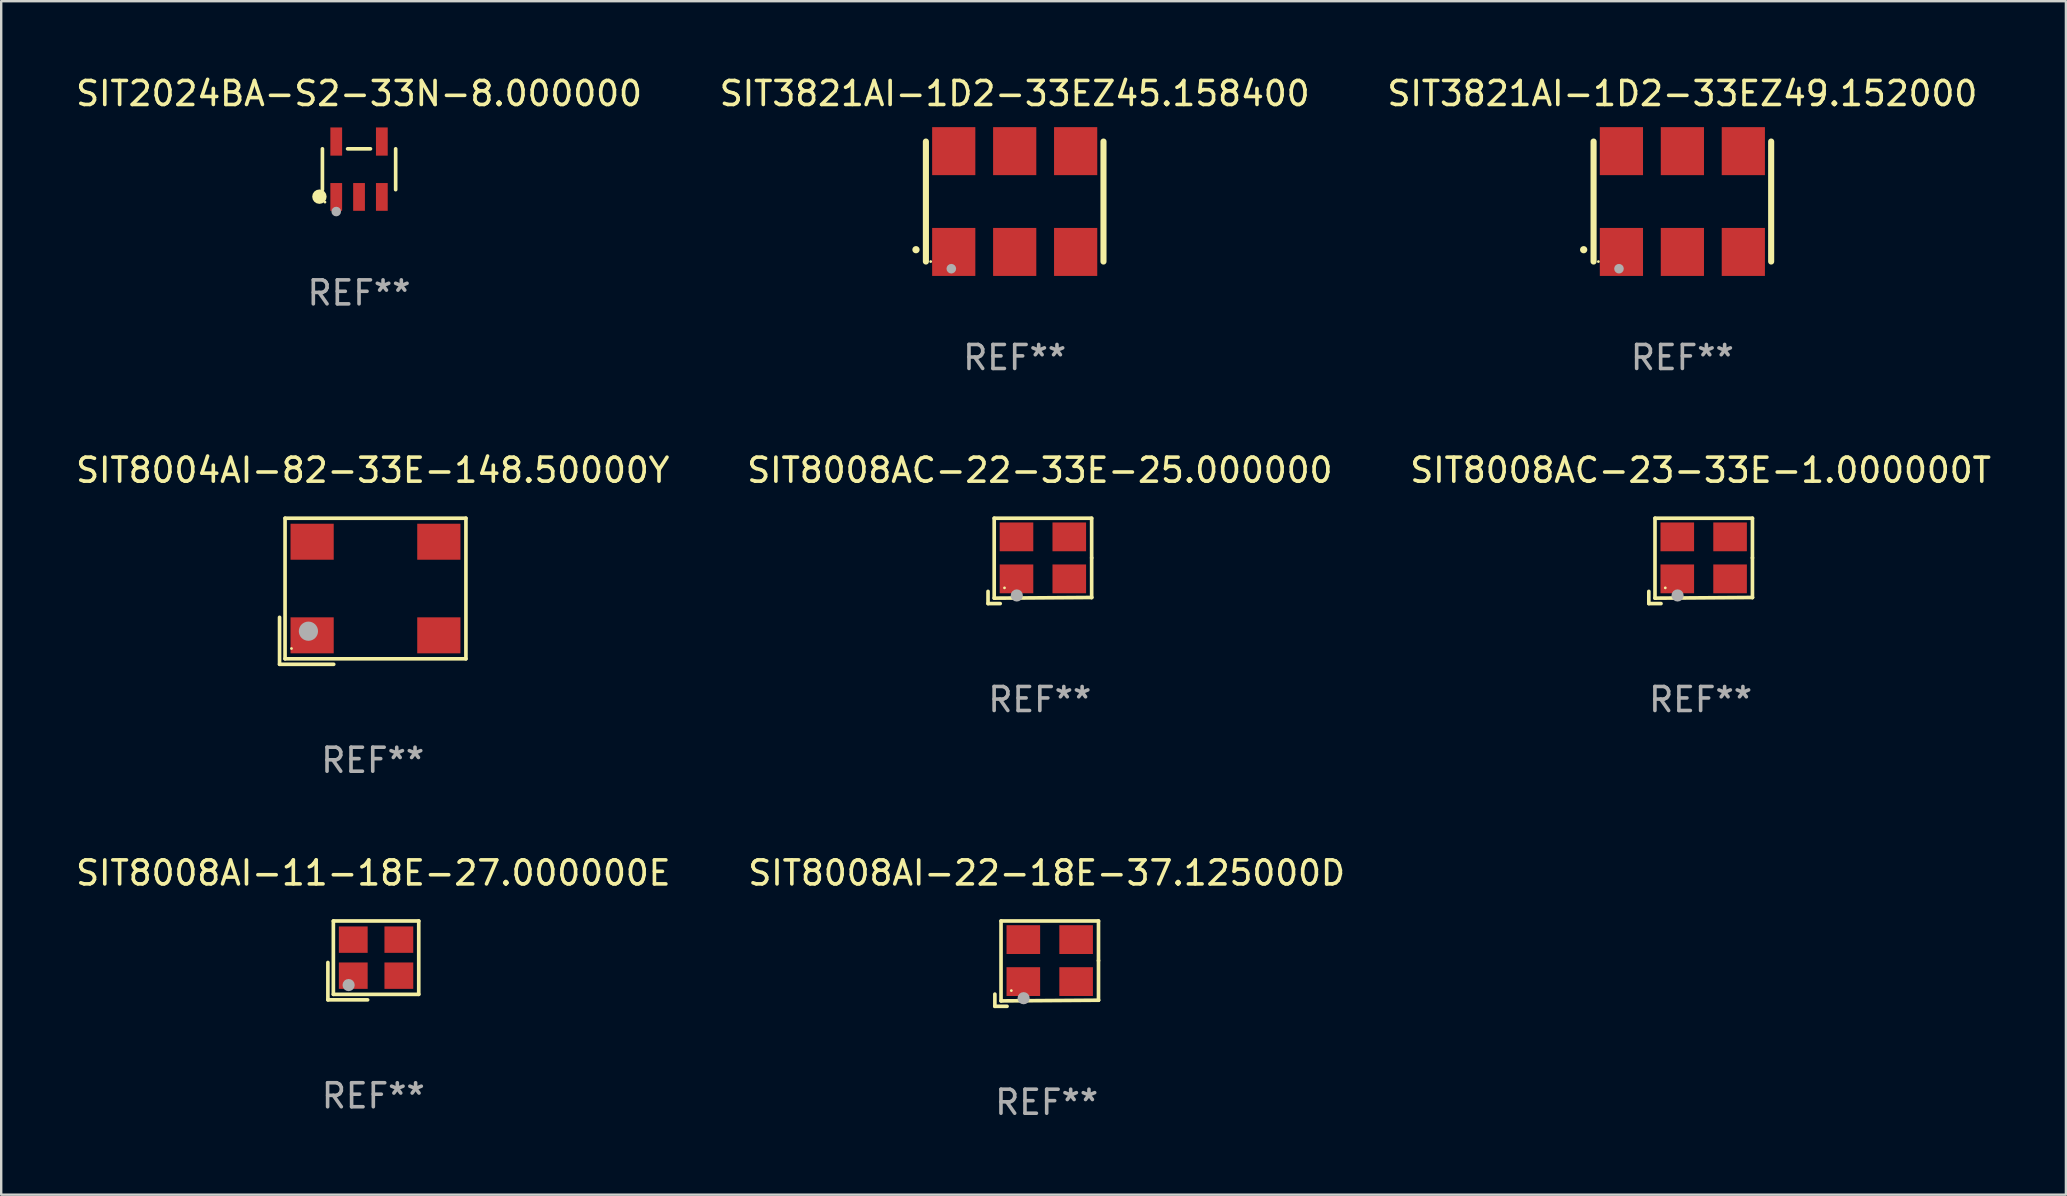
<source format=kicad_pcb>
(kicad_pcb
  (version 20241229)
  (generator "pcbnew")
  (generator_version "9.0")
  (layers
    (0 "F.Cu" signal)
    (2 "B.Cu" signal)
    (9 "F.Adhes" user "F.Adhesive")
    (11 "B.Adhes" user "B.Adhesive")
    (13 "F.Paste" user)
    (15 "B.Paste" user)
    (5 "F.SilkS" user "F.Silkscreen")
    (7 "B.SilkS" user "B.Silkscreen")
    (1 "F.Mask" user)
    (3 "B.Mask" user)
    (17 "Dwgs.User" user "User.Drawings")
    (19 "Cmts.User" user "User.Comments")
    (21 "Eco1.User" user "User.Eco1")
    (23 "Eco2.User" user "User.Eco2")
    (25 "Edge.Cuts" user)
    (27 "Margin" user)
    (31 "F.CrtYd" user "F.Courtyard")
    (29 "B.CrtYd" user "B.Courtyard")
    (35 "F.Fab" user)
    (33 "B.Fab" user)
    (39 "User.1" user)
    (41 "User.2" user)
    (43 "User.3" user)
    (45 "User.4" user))
  (footprint "SIT2024BA-S2-33N-8.000000"
    (layer "F.Cu")
    (at 11.911 4.002)
    (property "Reference" "SIT2024BA-S2-33N-8.000000" (at 0 -3.154 0) (layer "F.SilkS") (effects (font (size 1 1) (thickness 0.15))))
    (attr through_hole)
    (fp_line (start -1.526 0.851) (end -1.526 -0.851) (stroke (width 0.152) (type solid)) (layer "F.SilkS"))
    (fp_line (start 0.476 -0.851) (end -0.476 -0.851) (stroke (width 0.152) (type solid)) (layer "F.SilkS"))
    (fp_line (start 1.526 0.851) (end 1.526 -0.851) (stroke (width 0.152) (type solid)) (layer "F.SilkS"))
    (fp_circle (center -1.651 1.143) (end -1.501 1.143) (stroke (width 0.3) (type solid)) (fill no) (layer "F.SilkS"))
    (fp_circle (center -1.42 1.37) (end -1.39 1.37) (stroke (width 0.06) (type solid)) (fill no) (layer "F.SilkS"))
    (fp_circle (center -0.95 1.763) (end -0.85 1.763) (stroke (width 0.2) (type solid)) (fill no) (layer "F.Fab"))
    (fp_text user "REF**" (at 0 5.154 0) (layer "F.Fab") (effects (font (size 1 1) (thickness 0.15))))
    (pad "1" smd rect (at -0.95 1.154) (size 0.49 1.157) (layers "F.Cu" "F.Mask" "F.Paste"))
    (pad "2" smd rect (at 0 1.154) (size 0.49 1.157) (layers "F.Cu" "F.Mask" "F.Paste"))
    (pad "3" smd rect (at 0.95 1.154) (size 0.49 1.157) (layers "F.Cu" "F.Mask" "F.Paste"))
    (pad "4" smd rect (at 0.95 -1.154) (size 0.49 1.175) (layers "F.Cu" "F.Mask" "F.Paste"))
    (pad "5" smd rect (at -0.95 -1.154) (size 0.49 1.175) (layers "F.Cu" "F.Mask" "F.Paste")))
  (footprint "SIT8004AI-82-33E-148.50000Y"
    (layer "F.Cu")
    (at 12.482 21.588)
    (property "Reference" "SIT8004AI-82-33E-148.50000Y" (at 0 -5.043 0) (layer "F.SilkS") (effects (font (size 1 1) (thickness 0.15))))
    (attr through_hole)
    (fp_line (start -3.883 1.086) (end -3.883 3.043) (stroke (width 0.152) (type solid)) (layer "F.SilkS"))
    (fp_line (start -3.883 3.043) (end -1.626 3.043) (stroke (width 0.152) (type solid)) (layer "F.SilkS"))
    (fp_line (start -3.654 -3.043) (end 3.883 -3.043) (stroke (width 0.152) (type solid)) (layer "F.SilkS"))
    (fp_line (start -3.654 2.814) (end -3.654 -3.043) (stroke (width 0.152) (type solid)) (layer "F.SilkS"))
    (fp_line (start 3.883 -3.043) (end 3.883 2.814) (stroke (width 0.152) (type solid)) (layer "F.SilkS"))
    (fp_line (start 3.883 2.814) (end -3.654 2.814) (stroke (width 0.152) (type solid)) (layer "F.SilkS"))
    (fp_circle (center -3.386 2.386) (end -3.356 2.386) (stroke (width 0.06) (type solid)) (fill no) (layer "F.SilkS"))
    (fp_circle (center -2.68 1.664) (end -2.48 1.664) (stroke (width 0.4) (type solid)) (fill no) (layer "F.Fab"))
    (fp_text user "REF**" (at 0 7.043 0) (layer "F.Fab") (effects (font (size 1 1) (thickness 0.15))))
    (pad "1" smd rect (at -2.526 1.836) (size 1.8 1.5) (layers "F.Cu" "F.Mask" "F.Paste"))
    (pad "2" smd rect (at 2.754 1.836) (size 1.8 1.5) (layers "F.Cu" "F.Mask" "F.Paste"))
    (pad "3" smd rect (at 2.754 -2.064) (size 1.8 1.5) (layers "F.Cu" "F.Mask" "F.Paste"))
    (pad "4" smd rect (at -2.526 -2.064) (size 1.8 1.5) (layers "F.Cu" "F.Mask" "F.Paste")))
  (footprint "SIT8008AC-23-33E-1.000000T"
    (layer "F.Cu")
    (at 67.815 20.323)
    (property "Reference" "SIT8008AC-23-33E-1.000000T" (at 0 -3.778 0) (layer "F.SilkS") (effects (font (size 1 1) (thickness 0.15))))
    (attr through_hole)
    (fp_line (start -2.159 1.27) (end -2.159 1.778) (stroke (width 0.152) (type solid)) (layer "F.SilkS"))
    (fp_line (start -2.159 1.778) (end -1.651 1.778) (stroke (width 0.152) (type solid)) (layer "F.SilkS"))
    (fp_line (start -1.902 -1.778) (end 2.159 -1.778) (stroke (width 0.152) (type solid)) (layer "F.SilkS"))
    (fp_line (start -1.902 1.552) (end -1.902 -1.778) (stroke (width 0.152) (type solid)) (layer "F.SilkS"))
    (fp_line (start 2.159 -1.778) (end 2.159 -0.127) (stroke (width 0.152) (type solid)) (layer "F.SilkS"))
    (fp_line (start 2.159 -0.127) (end 2.159 1.524) (stroke (width 0.152) (type solid)) (layer "F.SilkS"))
    (fp_line (start 2.159 1.524) (end -1.902 1.552) (stroke (width 0.152) (type solid)) (layer "F.SilkS"))
    (fp_line (start 2.159 1.524) (end 2.159 1.524) (stroke (width 0.152) (type solid)) (layer "F.SilkS"))
    (fp_circle (center -1.473 1.123) (end -1.443 1.123) (stroke (width 0.06) (type solid)) (fill no) (layer "F.SilkS"))
    (fp_circle (center -0.961 1.44) (end -0.834 1.44) (stroke (width 0.254) (type solid)) (fill no) (layer "F.Fab"))
    (fp_text user "REF**" (at 0 5.778 0) (layer "F.Fab") (effects (font (size 1 1) (thickness 0.15))))
    (pad "1" smd rect (at -0.973 0.748) (size 1.4 1.2) (layers "F.Cu" "F.Mask" "F.Paste"))
    (pad "2" smd rect (at 1.227 0.748) (size 1.4 1.2) (layers "F.Cu" "F.Mask" "F.Paste"))
    (pad "3" smd rect (at 1.227 -1.002) (size 1.4 1.2) (layers "F.Cu" "F.Mask" "F.Paste"))
    (pad "4" smd rect (at -0.973 -1.002) (size 1.4 1.2) (layers "F.Cu" "F.Mask" "F.Paste")))
  (footprint "SIT8008AI-11-18E-27.000000E"
    (layer "F.Cu")
    (at 12.506 36.97)
    (property "Reference" "SIT8008AI-11-18E-27.000000E" (at 0 -3.643 0) (layer "F.SilkS") (effects (font (size 1 1) (thickness 0.15))))
    (attr through_hole)
    (fp_line (start -1.893 0.086) (end -1.893 1.643) (stroke (width 0.152) (type solid)) (layer "F.SilkS"))
    (fp_line (start -1.893 1.643) (end -0.237 1.643) (stroke (width 0.152) (type solid)) (layer "F.SilkS"))
    (fp_line (start -1.665 -1.643) (end 1.893 -1.643) (stroke (width 0.152) (type solid)) (layer "F.SilkS"))
    (fp_line (start -1.665 1.414) (end -1.665 -1.643) (stroke (width 0.152) (type solid)) (layer "F.SilkS"))
    (fp_line (start 1.893 -1.643) (end 1.893 1.414) (stroke (width 0.152) (type solid)) (layer "F.SilkS"))
    (fp_line (start 1.893 1.414) (end -1.665 1.414) (stroke (width 0.152) (type solid)) (layer "F.SilkS"))
    (fp_circle (center -1.136 0.885) (end -1.106 0.885) (stroke (width 0.06) (type solid)) (fill no) (layer "F.SilkS"))
    (fp_circle (center -1.029 1.028) (end -0.902 1.028) (stroke (width 0.254) (type solid)) (fill no) (layer "F.Fab"))
    (fp_text user "REF**" (at 0 5.643 0) (layer "F.Fab") (effects (font (size 1 1) (thickness 0.15))))
    (pad "1" smd rect (at -0.836 0.636) (size 1.2 1.1) (layers "F.Cu" "F.Mask" "F.Paste"))
    (pad "2" smd rect (at 1.064 0.636) (size 1.2 1.1) (layers "F.Cu" "F.Mask" "F.Paste"))
    (pad "3" smd rect (at 1.064 -0.865) (size 1.2 1.1) (layers "F.Cu" "F.Mask" "F.Paste"))
    (pad "4" smd rect (at -0.836 -0.865) (size 1.2 1.1) (layers "F.Cu" "F.Mask" "F.Paste")))
  (footprint "SIT8008AI-22-18E-37.125000D"
    (layer "F.Cu")
    (at 40.565 37.105)
    (property "Reference" "SIT8008AI-22-18E-37.125000D" (at 0 -3.778 0) (layer "F.SilkS") (effects (font (size 1 1) (thickness 0.15))))
    (attr through_hole)
    (fp_line (start -2.159 1.27) (end -2.159 1.778) (stroke (width 0.152) (type solid)) (layer "F.SilkS"))
    (fp_line (start -2.159 1.778) (end -1.651 1.778) (stroke (width 0.152) (type solid)) (layer "F.SilkS"))
    (fp_line (start -1.902 -1.778) (end 2.159 -1.778) (stroke (width 0.152) (type solid)) (layer "F.SilkS"))
    (fp_line (start -1.902 1.552) (end -1.902 -1.778) (stroke (width 0.152) (type solid)) (layer "F.SilkS"))
    (fp_line (start 2.159 -1.778) (end 2.159 -0.127) (stroke (width 0.152) (type solid)) (layer "F.SilkS"))
    (fp_line (start 2.159 -0.127) (end 2.159 1.524) (stroke (width 0.152) (type solid)) (layer "F.SilkS"))
    (fp_line (start 2.159 1.524) (end -1.902 1.552) (stroke (width 0.152) (type solid)) (layer "F.SilkS"))
    (fp_line (start 2.159 1.524) (end 2.159 1.524) (stroke (width 0.152) (type solid)) (layer "F.SilkS"))
    (fp_circle (center -1.473 1.123) (end -1.443 1.123) (stroke (width 0.06) (type solid)) (fill no) (layer "F.SilkS"))
    (fp_circle (center -0.961 1.44) (end -0.834 1.44) (stroke (width 0.254) (type solid)) (fill no) (layer "F.Fab"))
    (fp_text user "REF**" (at 0 5.778 0) (layer "F.Fab") (effects (font (size 1 1) (thickness 0.15))))
    (pad "1" smd rect (at -0.973 0.748) (size 1.4 1.2) (layers "F.Cu" "F.Mask" "F.Paste"))
    (pad "2" smd rect (at 1.227 0.748) (size 1.4 1.2) (layers "F.Cu" "F.Mask" "F.Paste"))
    (pad "3" smd rect (at 1.227 -1.002) (size 1.4 1.2) (layers "F.Cu" "F.Mask" "F.Paste"))
    (pad "4" smd rect (at -0.973 -1.002) (size 1.4 1.2) (layers "F.Cu" "F.Mask" "F.Paste")))
  (footprint "SIT3821AI-1D2-33EZ45.158400"
    (layer "F.Cu")
    (at 39.232 5.348)
    (property "Reference" "SIT3821AI-1D2-33EZ45.158400" (at 0 -4.5 0) (layer "F.SilkS") (effects (font (size 1 1) (thickness 0.15))))
    (attr through_hole)
    (fp_line (start -3.7 -2.5) (end -3.7 2.5) (stroke (width 0.254) (type solid)) (layer "F.SilkS"))
    (fp_line (start 3.7 -2.5) (end 3.7 2.5) (stroke (width 0.254) (type solid)) (layer "F.SilkS"))
    (fp_arc (start -4.114415 2.006604) (mid -4.113145 2.006599) (end -4.111875 2.006604) (stroke (width 0.3) (type solid)) (layer "F.SilkS"))
    (fp_circle (center -3.5 2.501) (end -3.47 2.501) (stroke (width 0.06) (type solid)) (fill no) (layer "F.SilkS"))
    (fp_circle (center -2.641 2.799) (end -2.541 2.799) (stroke (width 0.2) (type solid)) (fill no) (layer "F.Fab"))
    (fp_text user "REF**" (at 0 6.5 0) (layer "F.Fab") (effects (font (size 1 1) (thickness 0.15))))
    (pad "1" smd rect (at -2.54 2.1) (size 1.8 2) (layers "F.Cu" "F.Mask" "F.Paste"))
    (pad "2" smd rect (at 0.000394 2.1) (size 1.8 2) (layers "F.Cu" "F.Mask" "F.Paste"))
    (pad "3" smd rect (at 2.54 2.1) (size 1.8 2) (layers "F.Cu" "F.Mask" "F.Paste"))
    (pad "4" smd rect (at 2.54 -2.1) (size 1.8 2) (layers "F.Cu" "F.Mask" "F.Paste"))
    (pad "5" smd rect (at 0.000394 -2.1) (size 1.8 2) (layers "F.Cu" "F.Mask" "F.Paste"))
    (pad "6" smd rect (at -2.54 -2.1) (size 1.8 2) (layers "F.Cu" "F.Mask" "F.Paste")))
  (footprint "SIT3821AI-1D2-33EZ49.152000"
    (layer "F.Cu")
    (at 67.054 5.348)
    (property "Reference" "SIT3821AI-1D2-33EZ49.152000" (at 0 -4.5 0) (layer "F.SilkS") (effects (font (size 1 1) (thickness 0.15))))
    (attr through_hole)
    (fp_line (start -3.7 -2.5) (end -3.7 2.5) (stroke (width 0.254) (type solid)) (layer "F.SilkS"))
    (fp_line (start 3.7 -2.5) (end 3.7 2.5) (stroke (width 0.254) (type solid)) (layer "F.SilkS"))
    (fp_arc (start -4.114415 2.006604) (mid -4.113145 2.006599) (end -4.111875 2.006604) (stroke (width 0.3) (type solid)) (layer "F.SilkS"))
    (fp_circle (center -3.5 2.501) (end -3.47 2.501) (stroke (width 0.06) (type solid)) (fill no) (layer "F.SilkS"))
    (fp_circle (center -2.641 2.799) (end -2.541 2.799) (stroke (width 0.2) (type solid)) (fill no) (layer "F.Fab"))
    (fp_text user "REF**" (at 0 6.5 0) (layer "F.Fab") (effects (font (size 1 1) (thickness 0.15))))
    (pad "1" smd rect (at -2.54 2.1) (size 1.8 2) (layers "F.Cu" "F.Mask" "F.Paste"))
    (pad "2" smd rect (at 0.000394 2.1) (size 1.8 2) (layers "F.Cu" "F.Mask" "F.Paste"))
    (pad "3" smd rect (at 2.54 2.1) (size 1.8 2) (layers "F.Cu" "F.Mask" "F.Paste"))
    (pad "4" smd rect (at 2.54 -2.1) (size 1.8 2) (layers "F.Cu" "F.Mask" "F.Paste"))
    (pad "5" smd rect (at 0.000394 -2.1) (size 1.8 2) (layers "F.Cu" "F.Mask" "F.Paste"))
    (pad "6" smd rect (at -2.54 -2.1) (size 1.8 2) (layers "F.Cu" "F.Mask" "F.Paste")))
  (footprint "SIT8008AC-22-33E-25.000000"
    (layer "F.Cu")
    (at 40.28 20.323)
    (property "Reference" "SIT8008AC-22-33E-25.000000" (at 0 -3.778 0) (layer "F.SilkS") (effects (font (size 1 1) (thickness 0.15))))
    (attr through_hole)
    (fp_line (start -2.159 1.27) (end -2.159 1.778) (stroke (width 0.152) (type solid)) (layer "F.SilkS"))
    (fp_line (start -2.159 1.778) (end -1.651 1.778) (stroke (width 0.152) (type solid)) (layer "F.SilkS"))
    (fp_line (start -1.902 -1.778) (end 2.159 -1.778) (stroke (width 0.152) (type solid)) (layer "F.SilkS"))
    (fp_line (start -1.902 1.552) (end -1.902 -1.778) (stroke (width 0.152) (type solid)) (layer "F.SilkS"))
    (fp_line (start 2.159 -1.778) (end 2.159 -0.127) (stroke (width 0.152) (type solid)) (layer "F.SilkS"))
    (fp_line (start 2.159 -0.127) (end 2.159 1.524) (stroke (width 0.152) (type solid)) (layer "F.SilkS"))
    (fp_line (start 2.159 1.524) (end -1.902 1.552) (stroke (width 0.152) (type solid)) (layer "F.SilkS"))
    (fp_line (start 2.159 1.524) (end 2.159 1.524) (stroke (width 0.152) (type solid)) (layer "F.SilkS"))
    (fp_circle (center -1.473 1.123) (end -1.443 1.123) (stroke (width 0.06) (type solid)) (fill no) (layer "F.SilkS"))
    (fp_circle (center -0.961 1.44) (end -0.834 1.44) (stroke (width 0.254) (type solid)) (fill no) (layer "F.Fab"))
    (fp_text user "REF**" (at 0 5.778 0) (layer "F.Fab") (effects (font (size 1 1) (thickness 0.15))))
    (pad "1" smd rect (at -0.973 0.748) (size 1.4 1.2) (layers "F.Cu" "F.Mask" "F.Paste"))
    (pad "2" smd rect (at 1.227 0.748) (size 1.4 1.2) (layers "F.Cu" "F.Mask" "F.Paste"))
    (pad "3" smd rect (at 1.227 -1.002) (size 1.4 1.2) (layers "F.Cu" "F.Mask" "F.Paste"))
    (pad "4" smd rect (at -0.973 -1.002) (size 1.4 1.2) (layers "F.Cu" "F.Mask" "F.Paste")))
  (gr_rect
    (start -3 -3)
    (end 83.036 46.731)
    (stroke (width 0.1) (type default))
    (fill no)
    (layer "Edge.Cuts")))
</source>
